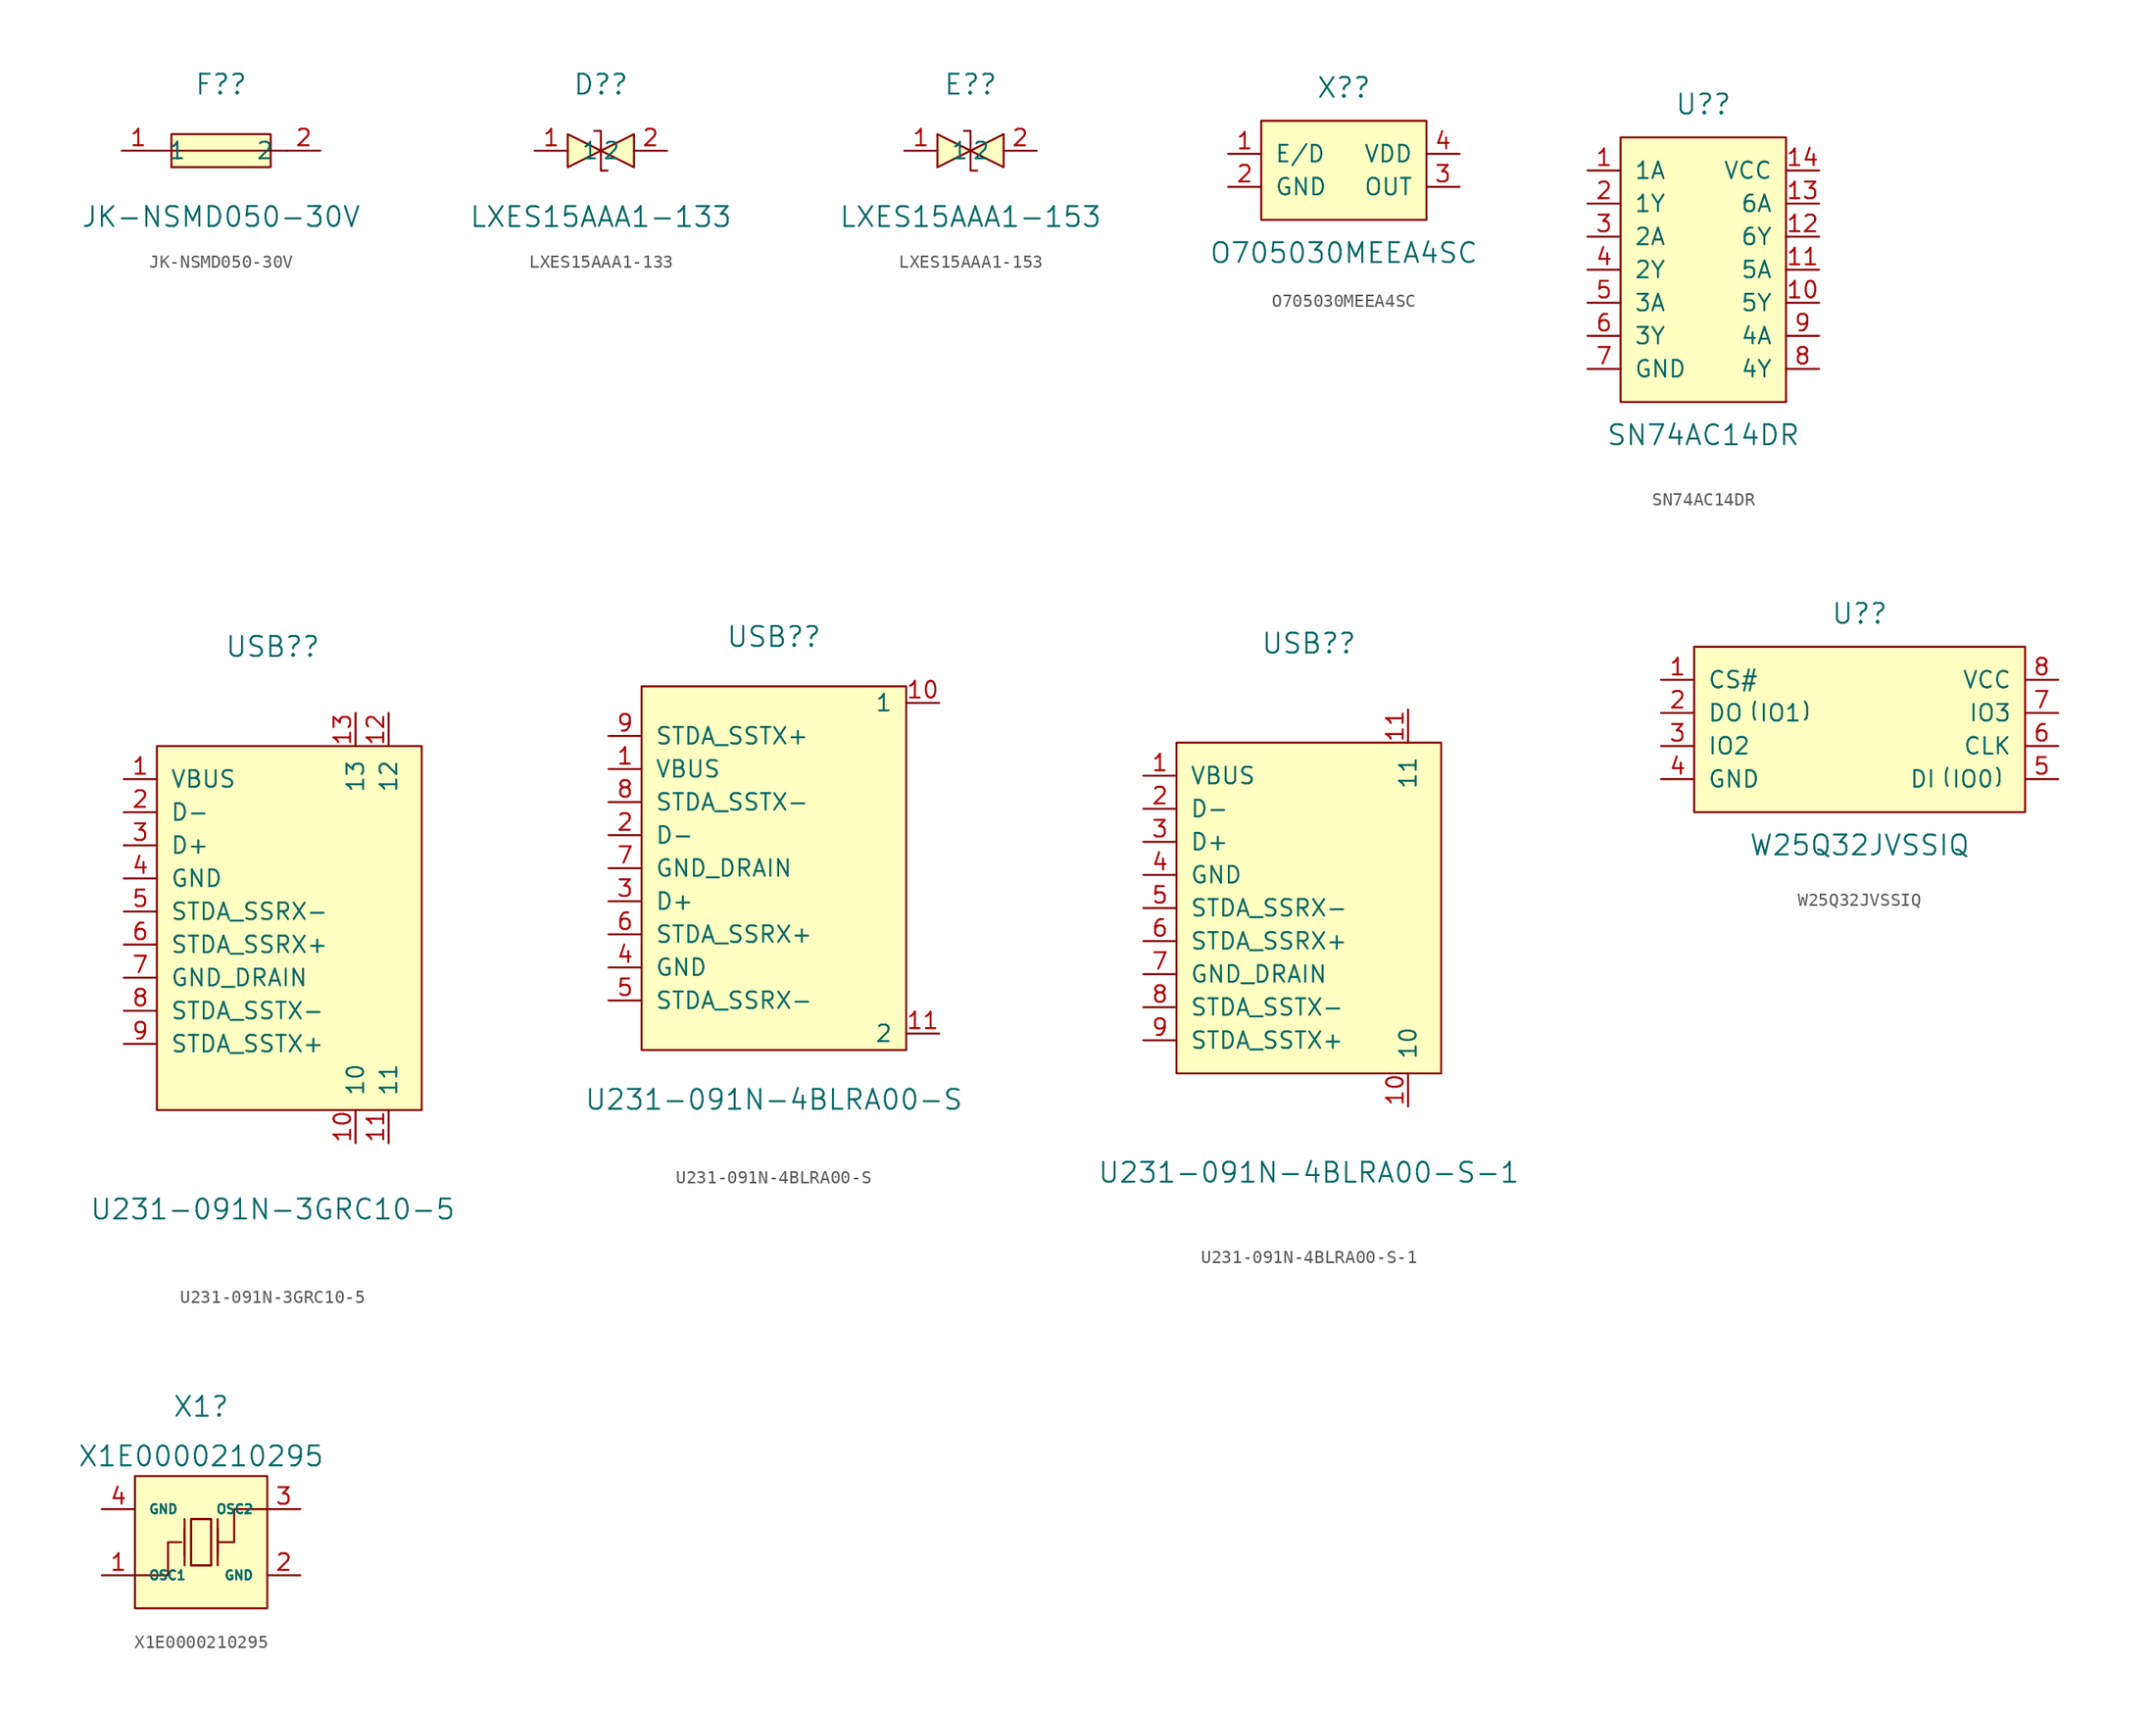
<source format=kicad_sym>
(kicad_symbol_lib
  (version 20211014)
  (generator kicad_symbol_editor)
  (symbol "JK-NSMD050-30V"
    (pin_names
      (offset 1.016))
    (property "Reference" "F?"
      (at 0 5.08 0)
      (effects (font (size 1.524 1.524))))
    (property "Value" "JK-NSMD050-30V"
      (at 0 -5.08 0)
      (effects (font (size 1.524 1.524))))
    (property "ki_locked" ""
      (at 0 0 0)
      (effects (font (size 1.27 1.27))))
    (symbol "JK-NSMD050-30V_1_1"
      (rectangle (start -3.81 1.27) (end 3.81 -1.27) (stroke (width 0) (type default) (color 0 0 0 0)) (fill (type background)))
      (polyline (pts (xy -5.08 0) (xy 5.08 0)) (stroke (width 0) (type default) (color 0 0 0 0)) (fill (type none)))
      (pin unspecified line (at -7.62 0 0) (length 2.54) (name "1" (effects (font (size 1.27 1.27)))) (number "1" (effects (font (size 1.27 1.27)))))
      (pin unspecified line (at 7.62 0 180) (length 2.54) (name "2" (effects (font (size 1.27 1.27)))) (number "2" (effects (font (size 1.27 1.27)))))))
  (symbol "LXES15AAA1-133"
    (pin_names
      (offset 1.016))
    (property "Reference" "D?"
      (at 0 5.08 0)
      (effects (font (size 1.524 1.524))))
    (property "Value" "LXES15AAA1-133"
      (at 0 -5.08 0)
      (effects (font (size 1.524 1.524))))
    (property "ki_locked" ""
      (at 0 0 0)
      (effects (font (size 1.27 1.27))))
    (symbol "LXES15AAA1-133_1_1"
      (polyline (pts (xy -2.54 1.27) (xy 0 0) (xy -2.54 -1.27) (xy -2.54 1.27)) (stroke (width 0) (type default) (color 0 0 0 0)) (fill (type background)))
      (polyline (pts (xy 2.54 1.27) (xy 0 0) (xy 2.54 -1.27) (xy 2.54 1.27)) (stroke (width 0) (type default) (color 0 0 0 0)) (fill (type background)))
      (polyline (pts (xy -0.508 1.524) (xy -0.508 1.524) (xy 0 1.524) (xy 0 -1.524) (xy 0.508 -1.524) (xy 0.508 -1.524)) (stroke (width 0) (type default) (color 0 0 0 0)) (fill (type none)))
      (pin unspecified line (at -5.08 0 0) (length 2.54) (name "1" (effects (font (size 1.27 1.27)))) (number "1" (effects (font (size 1.27 1.27)))))
      (pin unspecified line (at 5.08 0 180) (length 2.54) (name "2" (effects (font (size 1.27 1.27)))) (number "2" (effects (font (size 1.27 1.27)))))))
  (symbol "LXES15AAA1-153"
    (pin_names
      (offset 1.016))
    (property "Reference" "E?"
      (at 0 5.08 0)
      (effects (font (size 1.524 1.524))))
    (property "Value" "LXES15AAA1-153"
      (at 0 -5.08 0)
      (effects (font (size 1.524 1.524))))
    (property "ki_locked" ""
      (at 0 0 0)
      (effects (font (size 1.27 1.27))))
    (symbol "LXES15AAA1-153_1_1"
      (polyline (pts (xy -2.54 1.27) (xy 0 0) (xy -2.54 -1.27) (xy -2.54 1.27)) (stroke (width 0) (type default) (color 0 0 0 0)) (fill (type background)))
      (polyline (pts (xy 2.54 1.27) (xy 0 0) (xy 2.54 -1.27) (xy 2.54 1.27)) (stroke (width 0) (type default) (color 0 0 0 0)) (fill (type background)))
      (polyline (pts (xy -0.508 1.524) (xy -0.508 1.524) (xy 0 1.524) (xy 0 -1.524) (xy 0.508 -1.524) (xy 0.508 -1.524)) (stroke (width 0) (type default) (color 0 0 0 0)) (fill (type none)))
      (pin unspecified line (at -5.08 0 0) (length 2.54) (name "1" (effects (font (size 1.27 1.27)))) (number "1" (effects (font (size 1.27 1.27)))))
      (pin unspecified line (at 5.08 0 180) (length 2.54) (name "2" (effects (font (size 1.27 1.27)))) (number "2" (effects (font (size 1.27 1.27)))))))
  (symbol "O705030MEEA4SC"
    (pin_names
      (offset 1.016))
    (property "Reference" "X?"
      (at 0 6.35 0)
      (effects (font (size 1.524 1.524))))
    (property "Value" "O705030MEEA4SC"
      (at 0 -6.35 0)
      (effects (font (size 1.524 1.524))))
    (property "ki_locked" ""
      (at 0 0 0)
      (effects (font (size 1.27 1.27))))
    (symbol "O705030MEEA4SC_1_1"
      (rectangle (start -6.35 3.81) (end 6.35 -3.81) (stroke (width 0) (type default) (color 0 0 0 0)) (fill (type background)))
      (pin unspecified line (at -8.89 1.27 0) (length 2.54) (name "E/D" (effects (font (size 1.27 1.27)))) (number "1" (effects (font (size 1.27 1.27)))))
      (pin unspecified line (at -8.89 -1.27 0) (length 2.54) (name "GND" (effects (font (size 1.27 1.27)))) (number "2" (effects (font (size 1.27 1.27)))))
      (pin unspecified line (at 8.89 -1.27 180) (length 2.54) (name "OUT" (effects (font (size 1.27 1.27)))) (number "3" (effects (font (size 1.27 1.27)))))
      (pin unspecified line (at 8.89 1.27 180) (length 2.54) (name "VDD" (effects (font (size 1.27 1.27)))) (number "4" (effects (font (size 1.27 1.27)))))))
  (symbol "SN74AC14DR"
    (pin_names
      (offset 1.016))
    (property "Reference" "U?"
      (at 0 12.7 0)
      (effects (font (size 1.524 1.524))))
    (property "Value" "SN74AC14DR"
      (at 0 -12.7 0)
      (effects (font (size 1.524 1.524))))
    (property "ki_locked" ""
      (at 0 0 0)
      (effects (font (size 1.27 1.27))))
    (symbol "SN74AC14DR_1_1"
      (rectangle (start -6.35 10.16) (end 6.35 -10.16) (stroke (width 0) (type default) (color 0 0 0 0)) (fill (type background)))
      (pin unspecified line (at -8.89 7.62 0) (length 2.54) (name "1A" (effects (font (size 1.27 1.27)))) (number "1" (effects (font (size 1.27 1.27)))))
      (pin unspecified line (at 8.89 -2.54 180) (length 2.54) (name "5Y" (effects (font (size 1.27 1.27)))) (number "10" (effects (font (size 1.27 1.27)))))
      (pin unspecified line (at 8.89 0 180) (length 2.54) (name "5A" (effects (font (size 1.27 1.27)))) (number "11" (effects (font (size 1.27 1.27)))))
      (pin unspecified line (at 8.89 2.54 180) (length 2.54) (name "6Y" (effects (font (size 1.27 1.27)))) (number "12" (effects (font (size 1.27 1.27)))))
      (pin unspecified line (at 8.89 5.08 180) (length 2.54) (name "6A" (effects (font (size 1.27 1.27)))) (number "13" (effects (font (size 1.27 1.27)))))
      (pin unspecified line (at 8.89 7.62 180) (length 2.54) (name "VCC" (effects (font (size 1.27 1.27)))) (number "14" (effects (font (size 1.27 1.27)))))
      (pin unspecified line (at -8.89 5.08 0) (length 2.54) (name "1Y" (effects (font (size 1.27 1.27)))) (number "2" (effects (font (size 1.27 1.27)))))
      (pin unspecified line (at -8.89 2.54 0) (length 2.54) (name "2A" (effects (font (size 1.27 1.27)))) (number "3" (effects (font (size 1.27 1.27)))))
      (pin unspecified line (at -8.89 0 0) (length 2.54) (name "2Y" (effects (font (size 1.27 1.27)))) (number "4" (effects (font (size 1.27 1.27)))))
      (pin unspecified line (at -8.89 -2.54 0) (length 2.54) (name "3A" (effects (font (size 1.27 1.27)))) (number "5" (effects (font (size 1.27 1.27)))))
      (pin unspecified line (at -8.89 -5.08 0) (length 2.54) (name "3Y" (effects (font (size 1.27 1.27)))) (number "6" (effects (font (size 1.27 1.27)))))
      (pin unspecified line (at -8.89 -7.62 0) (length 2.54) (name "GND" (effects (font (size 1.27 1.27)))) (number "7" (effects (font (size 1.27 1.27)))))
      (pin unspecified line (at 8.89 -7.62 180) (length 2.54) (name "4Y" (effects (font (size 1.27 1.27)))) (number "8" (effects (font (size 1.27 1.27)))))
      (pin unspecified line (at 8.89 -5.08 180) (length 2.54) (name "4A" (effects (font (size 1.27 1.27)))) (number "9" (effects (font (size 1.27 1.27)))))))
  (symbol "U231-091N-3GRC10-5"
    (pin_names
      (offset 1.016))
    (property "Reference" "USB?"
      (at 0 21.59 0)
      (effects (font (size 1.524 1.524))))
    (property "Value" "U231-091N-3GRC10-5"
      (at 0 -21.59 0)
      (effects (font (size 1.524 1.524))))
    (property "ki_locked" ""
      (at 0 0 0)
      (effects (font (size 1.27 1.27))))
    (symbol "U231-091N-3GRC10-5_1_1"
      (rectangle (start -8.89 13.97) (end 11.43 -13.97) (stroke (width 0) (type default) (color 0 0 0 0)) (fill (type background)))
      (pin unspecified line (at -11.43 11.43 0) (length 2.54) (name "VBUS" (effects (font (size 1.27 1.27)))) (number "1" (effects (font (size 1.27 1.27)))))
      (pin unspecified line (at 6.35 -16.51 90) (length 2.54) (name "10" (effects (font (size 1.27 1.27)))) (number "10" (effects (font (size 1.27 1.27)))))
      (pin unspecified line (at 8.89 -16.51 90) (length 2.54) (name "11" (effects (font (size 1.27 1.27)))) (number "11" (effects (font (size 1.27 1.27)))))
      (pin unspecified line (at 8.89 16.51 270) (length 2.54) (name "12" (effects (font (size 1.27 1.27)))) (number "12" (effects (font (size 1.27 1.27)))))
      (pin unspecified line (at 6.35 16.51 270) (length 2.54) (name "13" (effects (font (size 1.27 1.27)))) (number "13" (effects (font (size 1.27 1.27)))))
      (pin unspecified line (at -11.43 8.89 0) (length 2.54) (name "D-" (effects (font (size 1.27 1.27)))) (number "2" (effects (font (size 1.27 1.27)))))
      (pin unspecified line (at -11.43 6.35 0) (length 2.54) (name "D+" (effects (font (size 1.27 1.27)))) (number "3" (effects (font (size 1.27 1.27)))))
      (pin unspecified line (at -11.43 3.81 0) (length 2.54) (name "GND" (effects (font (size 1.27 1.27)))) (number "4" (effects (font (size 1.27 1.27)))))
      (pin unspecified line (at -11.43 1.27 0) (length 2.54) (name "STDA_SSRX-" (effects (font (size 1.27 1.27)))) (number "5" (effects (font (size 1.27 1.27)))))
      (pin unspecified line (at -11.43 -1.27 0) (length 2.54) (name "STDA_SSRX+" (effects (font (size 1.27 1.27)))) (number "6" (effects (font (size 1.27 1.27)))))
      (pin unspecified line (at -11.43 -3.81 0) (length 2.54) (name "GND_DRAIN" (effects (font (size 1.27 1.27)))) (number "7" (effects (font (size 1.27 1.27)))))
      (pin unspecified line (at -11.43 -6.35 0) (length 2.54) (name "STDA_SSTX-" (effects (font (size 1.27 1.27)))) (number "8" (effects (font (size 1.27 1.27)))))
      (pin unspecified line (at -11.43 -8.89 0) (length 2.54) (name "STDA_SSTX+" (effects (font (size 1.27 1.27)))) (number "9" (effects (font (size 1.27 1.27)))))))
  (symbol "U231-091N-4BLRA00-S"
    (pin_names
      (offset 1.016))
    (property "Reference" "USB?"
      (at 0 21.59 0)
      (effects (font (size 1.524 1.524))))
    (property "Value" "U231-091N-4BLRA00-S"
      (at 0 -13.97 0)
      (effects (font (size 1.524 1.524))))
    (property "ki_locked" ""
      (at 0 0 0)
      (effects (font (size 1.27 1.27))))
    (symbol "U231-091N-4BLRA00-S_1_1"
      (rectangle (start -10.16 17.78) (end 10.16 -10.16) (stroke (width 0) (type default) (color 0 0 0 0)) (fill (type background)))
      (pin unspecified line (at -12.7 11.43 0) (length 2.54) (name "VBUS" (effects (font (size 1.27 1.27)))) (number "1" (effects (font (size 1.27 1.27)))))
      (pin unspecified line (at 12.7 16.51 180) (length 2.54) (name "1" (effects (font (size 1.27 1.27)))) (number "10" (effects (font (size 1.27 1.27)))))
      (pin unspecified line (at 12.7 -8.89 180) (length 2.54) (name "2" (effects (font (size 1.27 1.27)))) (number "11" (effects (font (size 1.27 1.27)))))
      (pin unspecified line (at -12.7 6.35 0) (length 2.54) (name "D-" (effects (font (size 1.27 1.27)))) (number "2" (effects (font (size 1.27 1.27)))))
      (pin unspecified line (at -12.7 1.27 0) (length 2.54) (name "D+" (effects (font (size 1.27 1.27)))) (number "3" (effects (font (size 1.27 1.27)))))
      (pin unspecified line (at -12.7 -3.81 0) (length 2.54) (name "GND" (effects (font (size 1.27 1.27)))) (number "4" (effects (font (size 1.27 1.27)))))
      (pin unspecified line (at -12.7 -6.35 0) (length 2.54) (name "STDA_SSRX-" (effects (font (size 1.27 1.27)))) (number "5" (effects (font (size 1.27 1.27)))))
      (pin unspecified line (at -12.7 -1.27 0) (length 2.54) (name "STDA_SSRX+" (effects (font (size 1.27 1.27)))) (number "6" (effects (font (size 1.27 1.27)))))
      (pin unspecified line (at -12.7 3.81 0) (length 2.54) (name "GND_DRAIN" (effects (font (size 1.27 1.27)))) (number "7" (effects (font (size 1.27 1.27)))))
      (pin unspecified line (at -12.7 8.89 0) (length 2.54) (name "STDA_SSTX-" (effects (font (size 1.27 1.27)))) (number "8" (effects (font (size 1.27 1.27)))))
      (pin unspecified line (at -12.7 13.97 0) (length 2.54) (name "STDA_SSTX+" (effects (font (size 1.27 1.27)))) (number "9" (effects (font (size 1.27 1.27)))))))
  (symbol "U231-091N-4BLRA00-S-1"
    (pin_names
      (offset 1.016))
    (property "Reference" "USB?"
      (at 0 20.32 0)
      (effects (font (size 1.524 1.524))))
    (property "Value" "U231-091N-4BLRA00-S-1"
      (at 0 -20.32 0)
      (effects (font (size 1.524 1.524))))
    (property "ki_locked" ""
      (at 0 0 0)
      (effects (font (size 1.27 1.27))))
    (symbol "U231-091N-4BLRA00-S-1_1_1"
      (rectangle (start -10.16 12.7) (end 10.16 -12.7) (stroke (width 0) (type default) (color 0 0 0 0)) (fill (type background)))
      (pin unspecified line (at -12.7 10.16 0) (length 2.54) (name "VBUS" (effects (font (size 1.27 1.27)))) (number "1" (effects (font (size 1.27 1.27)))))
      (pin unspecified line (at 7.62 -15.24 90) (length 2.54) (name "10" (effects (font (size 1.27 1.27)))) (number "10" (effects (font (size 1.27 1.27)))))
      (pin unspecified line (at 7.62 15.24 270) (length 2.54) (name "11" (effects (font (size 1.27 1.27)))) (number "11" (effects (font (size 1.27 1.27)))))
      (pin unspecified line (at -12.7 7.62 0) (length 2.54) (name "D-" (effects (font (size 1.27 1.27)))) (number "2" (effects (font (size 1.27 1.27)))))
      (pin unspecified line (at -12.7 5.08 0) (length 2.54) (name "D+" (effects (font (size 1.27 1.27)))) (number "3" (effects (font (size 1.27 1.27)))))
      (pin unspecified line (at -12.7 2.54 0) (length 2.54) (name "GND" (effects (font (size 1.27 1.27)))) (number "4" (effects (font (size 1.27 1.27)))))
      (pin unspecified line (at -12.7 0 0) (length 2.54) (name "STDA_SSRX-" (effects (font (size 1.27 1.27)))) (number "5" (effects (font (size 1.27 1.27)))))
      (pin unspecified line (at -12.7 -2.54 0) (length 2.54) (name "STDA_SSRX+" (effects (font (size 1.27 1.27)))) (number "6" (effects (font (size 1.27 1.27)))))
      (pin unspecified line (at -12.7 -5.08 0) (length 2.54) (name "GND_DRAIN" (effects (font (size 1.27 1.27)))) (number "7" (effects (font (size 1.27 1.27)))))
      (pin unspecified line (at -12.7 -7.62 0) (length 2.54) (name "STDA_SSTX-" (effects (font (size 1.27 1.27)))) (number "8" (effects (font (size 1.27 1.27)))))
      (pin unspecified line (at -12.7 -10.16 0) (length 2.54) (name "STDA_SSTX+" (effects (font (size 1.27 1.27)))) (number "9" (effects (font (size 1.27 1.27)))))))
  (symbol "W25Q32JVSSIQ"
    (pin_names
      (offset 1.016))
    (property "Reference" "U?"
      (at 0 8.89 0)
      (effects (font (size 1.524 1.524))))
    (property "Value" "W25Q32JVSSIQ"
      (at 0 -8.89 0)
      (effects (font (size 1.524 1.524))))
    (property "ki_locked" ""
      (at 0 0 0)
      (effects (font (size 1.27 1.27))))
    (symbol "W25Q32JVSSIQ_1_1"
      (rectangle (start -12.7 6.35) (end 12.7 -6.35) (stroke (width 0) (type default) (color 0 0 0 0)) (fill (type background)))
      (pin unspecified line (at -15.24 3.81 0) (length 2.54) (name "CS#" (effects (font (size 1.27 1.27)))) (number "1" (effects (font (size 1.27 1.27)))))
      (pin unspecified line (at -15.24 1.27 0) (length 2.54) (name "DO（IO1）" (effects (font (size 1.27 1.27)))) (number "2" (effects (font (size 1.27 1.27)))))
      (pin unspecified line (at -15.24 -1.27 0) (length 2.54) (name "IO2" (effects (font (size 1.27 1.27)))) (number "3" (effects (font (size 1.27 1.27)))))
      (pin unspecified line (at -15.24 -3.81 0) (length 2.54) (name "GND" (effects (font (size 1.27 1.27)))) (number "4" (effects (font (size 1.27 1.27)))))
      (pin unspecified line (at 15.24 -3.81 180) (length 2.54) (name "DI（IO0）" (effects (font (size 1.27 1.27)))) (number "5" (effects (font (size 1.27 1.27)))))
      (pin unspecified line (at 15.24 -1.27 180) (length 2.54) (name "CLK" (effects (font (size 1.27 1.27)))) (number "6" (effects (font (size 1.27 1.27)))))
      (pin unspecified line (at 15.24 1.27 180) (length 2.54) (name "IO3" (effects (font (size 1.27 1.27)))) (number "7" (effects (font (size 1.27 1.27)))))
      (pin unspecified line (at 15.24 3.81 180) (length 2.54) (name "VCC" (effects (font (size 1.27 1.27)))) (number "8" (effects (font (size 1.27 1.27)))))))
  (symbol "X1E0000210295"
    (pin_names
      (offset 1.016))
    (property "Reference" "X1"
      (at 0 10.414 0)
      (effects (font (size 1.524 1.524))))
    (property "Value" "X1E0000210295"
      (at 0 6.604 0)
      (effects (font (size 1.524 1.524))))
    (property "ki_locked" ""
      (at 0 0 0)
      (effects (font (size 1.27 1.27))))
    (symbol "X1E0000210295_1_1"
      (rectangle (start -5.08 5.08) (end 5.08 -5.08) (stroke (width 0) (type default) (color 0 0 0 0)) (fill (type background)))
      (polyline (pts (xy -1.27 -1.778) (xy -1.27 1.778)) (stroke (width 0) (type default) (color 0 0 0 0)) (fill (type none)))
      (polyline (pts (xy -1.27 -1.016) (xy -1.27 1.016)) (stroke (width 0) (type default) (color 0 0 0 0)) (fill (type none)))
      (polyline (pts (xy 0.762 -1.778) (xy -0.762 -1.778)) (stroke (width 0) (type default) (color 0 0 0 0)) (fill (type none)))
      (polyline (pts (xy 1.27 -1.778) (xy 1.27 1.778)) (stroke (width 0) (type default) (color 0 0 0 0)) (fill (type none)))
      (polyline (pts (xy 1.27 -1.016) (xy 1.27 1.016)) (stroke (width 0) (type default) (color 0 0 0 0)) (fill (type none)))
      (polyline (pts (xy -5.08 -2.54) (xy -2.54 -2.54) (xy -2.54 0) (xy -1.524 0)) (stroke (width 0) (type default) (color 0 0 0 0)) (fill (type none)))
      (polyline (pts (xy -0.762 -1.778) (xy -0.762 1.778) (xy 0.762 1.778) (xy 0.762 -1.778)) (stroke (width 0) (type default) (color 0 0 0 0)) (fill (type none)))
      (polyline (pts (xy 5.08 2.54) (xy 2.54 2.54) (xy 2.54 0) (xy 1.27 0)) (stroke (width 0) (type default) (color 0 0 0 0)) (fill (type none)))
      (polyline (pts (xy 0.762 1.778) (xy 0.762 -1.778) (xy -0.762 -1.778) (xy -0.762 1.778) (xy 0.762 1.778)) (stroke (width 0) (type default) (color 0 0 0 0)) (fill (type background)))
      (pin input line (at -7.62 -2.54 0) (length 2.54) (name "OSC1" (effects (font (size 0.7 0.7)))) (number "1" (effects (font (size 1.27 1.27)))))
      (pin input line (at 7.62 -2.54 180) (length 2.54) (name "GND" (effects (font (size 0.7 0.7)))) (number "2" (effects (font (size 1.27 1.27)))))
      (pin input line (at 7.62 2.54 180) (length 2.54) (name "OSC2" (effects (font (size 0.7 0.7)))) (number "3" (effects (font (size 1.27 1.27)))))
      (pin input line (at -7.62 2.54 0) (length 2.54) (name "GND" (effects (font (size 0.7 0.7)))) (number "4" (effects (font (size 1.27 1.27))))))))
</source>
